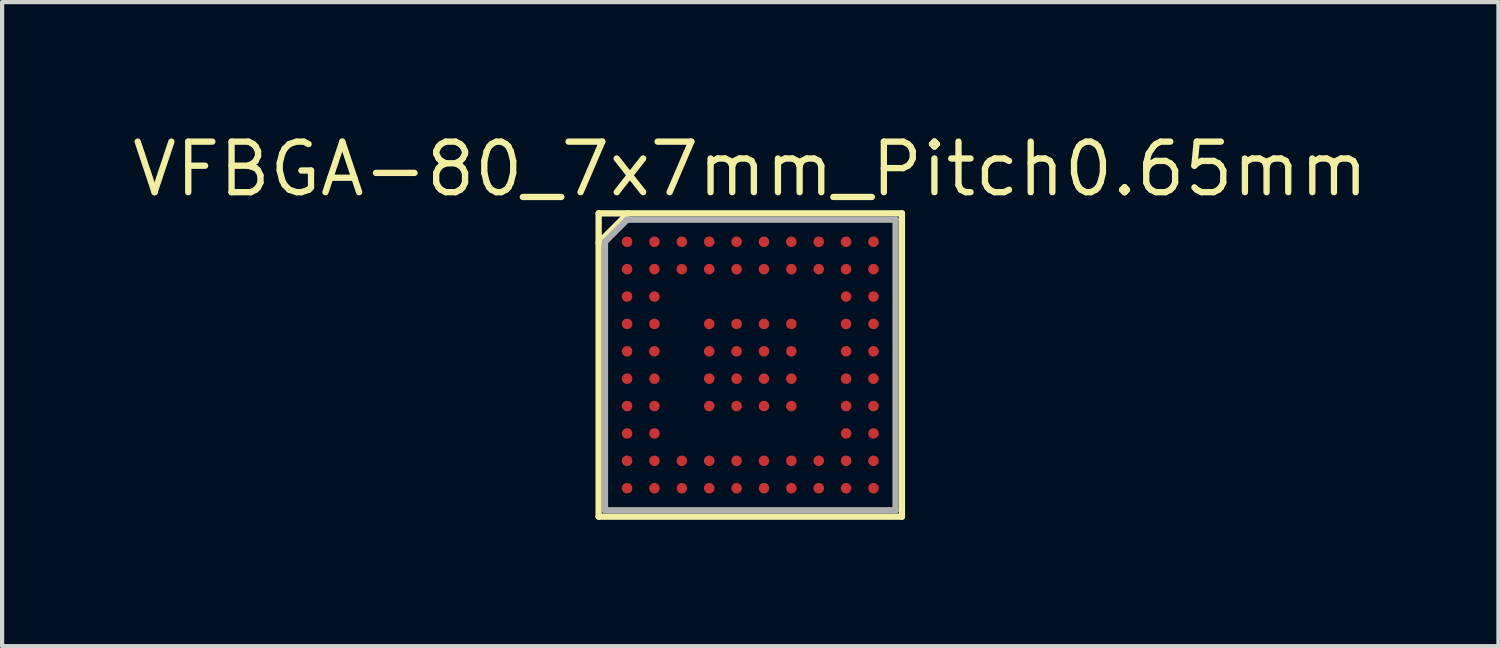
<source format=kicad_pcb>
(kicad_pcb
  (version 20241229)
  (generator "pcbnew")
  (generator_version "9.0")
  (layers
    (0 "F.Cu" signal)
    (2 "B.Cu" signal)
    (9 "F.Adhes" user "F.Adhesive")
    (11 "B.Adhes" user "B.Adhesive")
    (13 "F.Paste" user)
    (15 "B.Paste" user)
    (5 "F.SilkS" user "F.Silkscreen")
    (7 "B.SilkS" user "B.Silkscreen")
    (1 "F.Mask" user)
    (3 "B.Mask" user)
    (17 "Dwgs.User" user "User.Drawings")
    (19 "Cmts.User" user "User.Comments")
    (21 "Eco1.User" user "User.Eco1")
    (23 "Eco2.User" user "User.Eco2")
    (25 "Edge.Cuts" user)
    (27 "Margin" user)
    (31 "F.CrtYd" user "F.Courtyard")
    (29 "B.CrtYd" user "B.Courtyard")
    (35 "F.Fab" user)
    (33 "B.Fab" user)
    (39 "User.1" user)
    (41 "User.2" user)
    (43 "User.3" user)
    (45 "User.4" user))
  (footprint "VFBGA-80_7x7mm_Pitch0.65mm"
    (layer "F.Cu")
    (at 14.762 5.615)
    (property "Reference" "VFBGA-80_7x7mm_Pitch0.65mm" (at 0 -4.65 0) (layer "F.SilkS") (effects (font (size 1.2 1.2) (thickness 0.15))))
    (attr through_hole)
    (fp_line (start -3.6 -3.6) (end 3.6 -3.6) (stroke (width 0.15) (type solid)) (layer "F.SilkS"))
    (fp_line (start -3.6 3.6) (end -3.6 -3.6) (stroke (width 0.15) (type solid)) (layer "F.SilkS"))
    (fp_line (start -2.9 -3.6) (end -3.6 -2.9) (stroke (width 0.15) (type solid)) (layer "F.SilkS"))
    (fp_line (start 3.6 -3.6) (end 3.6 3.6) (stroke (width 0.15) (type solid)) (layer "F.SilkS"))
    (fp_line (start 3.6 3.6) (end -3.6 3.6) (stroke (width 0.15) (type solid)) (layer "F.SilkS"))
    (fp_line (start -3.45 -2.925) (end -3.45 3.45) (stroke (width 0.15) (type solid)) (layer "F.Fab"))
    (fp_line (start -3.45 3.45) (end 3.45 3.45) (stroke (width 0.15) (type solid)) (layer "F.Fab"))
    (fp_line (start -2.925 -3.45) (end -3.45 -2.925) (stroke (width 0.15) (type solid)) (layer "F.Fab"))
    (fp_line (start 3.45 -3.45) (end -2.925 -3.45) (stroke (width 0.15) (type solid)) (layer "F.Fab"))
    (fp_line (start 3.45 3.45) (end 3.45 -3.45) (stroke (width 0.15) (type solid)) (layer "F.Fab"))
    (pad "A1" smd circle (at -2.925 -2.925) (size 0.25 0.25) (layers "F.Cu" "F.Mask" "F.Paste"))
    (pad "A2" smd circle (at -2.275 -2.925) (size 0.25 0.25) (layers "F.Cu" "F.Mask" "F.Paste"))
    (pad "A3" smd circle (at -1.625 -2.925) (size 0.25 0.25) (layers "F.Cu" "F.Mask" "F.Paste"))
    (pad "A4" smd circle (at -0.975 -2.925) (size 0.25 0.25) (layers "F.Cu" "F.Mask" "F.Paste"))
    (pad "A5" smd circle (at -0.325 -2.925) (size 0.25 0.25) (layers "F.Cu" "F.Mask" "F.Paste"))
    (pad "A6" smd circle (at 0.325 -2.925) (size 0.25 0.25) (layers "F.Cu" "F.Mask" "F.Paste"))
    (pad "A7" smd circle (at 0.975 -2.925) (size 0.25 0.25) (layers "F.Cu" "F.Mask" "F.Paste"))
    (pad "A8" smd circle (at 1.625 -2.925) (size 0.25 0.25) (layers "F.Cu" "F.Mask" "F.Paste"))
    (pad "A9" smd circle (at 2.275 -2.925) (size 0.25 0.25) (layers "F.Cu" "F.Mask" "F.Paste"))
    (pad "A10" smd circle (at 2.925 -2.925) (size 0.25 0.25) (layers "F.Cu" "F.Mask" "F.Paste"))
    (pad "B1" smd circle (at -2.925 -2.275) (size 0.25 0.25) (layers "F.Cu" "F.Mask" "F.Paste"))
    (pad "B2" smd circle (at -2.275 -2.275) (size 0.25 0.25) (layers "F.Cu" "F.Mask" "F.Paste"))
    (pad "B3" smd circle (at -1.625 -2.275) (size 0.25 0.25) (layers "F.Cu" "F.Mask" "F.Paste"))
    (pad "B4" smd circle (at -0.975 -2.275) (size 0.25 0.25) (layers "F.Cu" "F.Mask" "F.Paste"))
    (pad "B5" smd circle (at -0.325 -2.275) (size 0.25 0.25) (layers "F.Cu" "F.Mask" "F.Paste"))
    (pad "B6" smd circle (at 0.325 -2.275) (size 0.25 0.25) (layers "F.Cu" "F.Mask" "F.Paste"))
    (pad "B7" smd circle (at 0.975 -2.275) (size 0.25 0.25) (layers "F.Cu" "F.Mask" "F.Paste"))
    (pad "B8" smd circle (at 1.625 -2.275) (size 0.25 0.25) (layers "F.Cu" "F.Mask" "F.Paste"))
    (pad "B9" smd circle (at 2.275 -2.275) (size 0.25 0.25) (layers "F.Cu" "F.Mask" "F.Paste"))
    (pad "B10" smd circle (at 2.925 -2.275) (size 0.25 0.25) (layers "F.Cu" "F.Mask" "F.Paste"))
    (pad "C1" smd circle (at -2.925 -1.625) (size 0.25 0.25) (layers "F.Cu" "F.Mask" "F.Paste"))
    (pad "C2" smd circle (at -2.275 -1.625) (size 0.25 0.25) (layers "F.Cu" "F.Mask" "F.Paste"))
    (pad "C9" smd circle (at 2.275 -1.625) (size 0.25 0.25) (layers "F.Cu" "F.Mask" "F.Paste"))
    (pad "C10" smd circle (at 2.925 -1.625) (size 0.25 0.25) (layers "F.Cu" "F.Mask" "F.Paste"))
    (pad "D1" smd circle (at -2.925 -0.975) (size 0.25 0.25) (layers "F.Cu" "F.Mask" "F.Paste"))
    (pad "D2" smd circle (at -2.275 -0.975) (size 0.25 0.25) (layers "F.Cu" "F.Mask" "F.Paste"))
    (pad "D4" smd circle (at -0.975 -0.975) (size 0.25 0.25) (layers "F.Cu" "F.Mask" "F.Paste"))
    (pad "D5" smd circle (at -0.325 -0.975) (size 0.25 0.25) (layers "F.Cu" "F.Mask" "F.Paste"))
    (pad "D6" smd circle (at 0.325 -0.975) (size 0.25 0.25) (layers "F.Cu" "F.Mask" "F.Paste"))
    (pad "D7" smd circle (at 0.975 -0.975) (size 0.25 0.25) (layers "F.Cu" "F.Mask" "F.Paste"))
    (pad "D9" smd circle (at 2.275 -0.975) (size 0.25 0.25) (layers "F.Cu" "F.Mask" "F.Paste"))
    (pad "D10" smd circle (at 2.925 -0.975) (size 0.25 0.25) (layers "F.Cu" "F.Mask" "F.Paste"))
    (pad "E1" smd circle (at -2.925 -0.325) (size 0.25 0.25) (layers "F.Cu" "F.Mask" "F.Paste"))
    (pad "E2" smd circle (at -2.275 -0.325) (size 0.25 0.25) (layers "F.Cu" "F.Mask" "F.Paste"))
    (pad "E4" smd circle (at -0.975 -0.325) (size 0.25 0.25) (layers "F.Cu" "F.Mask" "F.Paste"))
    (pad "E5" smd circle (at -0.325 -0.325) (size 0.25 0.25) (layers "F.Cu" "F.Mask" "F.Paste"))
    (pad "E6" smd circle (at 0.325 -0.325) (size 0.25 0.25) (layers "F.Cu" "F.Mask" "F.Paste"))
    (pad "E7" smd circle (at 0.975 -0.325) (size 0.25 0.25) (layers "F.Cu" "F.Mask" "F.Paste"))
    (pad "E9" smd circle (at 2.275 -0.325) (size 0.25 0.25) (layers "F.Cu" "F.Mask" "F.Paste"))
    (pad "E10" smd circle (at 2.925 -0.325) (size 0.25 0.25) (layers "F.Cu" "F.Mask" "F.Paste"))
    (pad "F1" smd circle (at -2.925 0.325) (size 0.25 0.25) (layers "F.Cu" "F.Mask" "F.Paste"))
    (pad "F2" smd circle (at -2.275 0.325) (size 0.25 0.25) (layers "F.Cu" "F.Mask" "F.Paste"))
    (pad "F4" smd circle (at -0.975 0.325) (size 0.25 0.25) (layers "F.Cu" "F.Mask" "F.Paste"))
    (pad "F5" smd circle (at -0.325 0.325) (size 0.25 0.25) (layers "F.Cu" "F.Mask" "F.Paste"))
    (pad "F6" smd circle (at 0.325 0.325) (size 0.25 0.25) (layers "F.Cu" "F.Mask" "F.Paste"))
    (pad "F7" smd circle (at 0.975 0.325) (size 0.25 0.25) (layers "F.Cu" "F.Mask" "F.Paste"))
    (pad "F9" smd circle (at 2.275 0.325) (size 0.25 0.25) (layers "F.Cu" "F.Mask" "F.Paste"))
    (pad "F10" smd circle (at 2.925 0.325) (size 0.25 0.25) (layers "F.Cu" "F.Mask" "F.Paste"))
    (pad "G1" smd circle (at -2.925 0.975) (size 0.25 0.25) (layers "F.Cu" "F.Mask" "F.Paste"))
    (pad "G2" smd circle (at -2.275 0.975) (size 0.25 0.25) (layers "F.Cu" "F.Mask" "F.Paste"))
    (pad "G4" smd circle (at -0.975 0.975) (size 0.25 0.25) (layers "F.Cu" "F.Mask" "F.Paste"))
    (pad "G5" smd circle (at -0.325 0.975) (size 0.25 0.25) (layers "F.Cu" "F.Mask" "F.Paste"))
    (pad "G6" smd circle (at 0.325 0.975) (size 0.25 0.25) (layers "F.Cu" "F.Mask" "F.Paste"))
    (pad "G7" smd circle (at 0.975 0.975) (size 0.25 0.25) (layers "F.Cu" "F.Mask" "F.Paste"))
    (pad "G9" smd circle (at 2.275 0.975) (size 0.25 0.25) (layers "F.Cu" "F.Mask" "F.Paste"))
    (pad "G10" smd circle (at 2.925 0.975) (size 0.25 0.25) (layers "F.Cu" "F.Mask" "F.Paste"))
    (pad "H1" smd circle (at -2.925 1.625) (size 0.25 0.25) (layers "F.Cu" "F.Mask" "F.Paste"))
    (pad "H2" smd circle (at -2.275 1.625) (size 0.25 0.25) (layers "F.Cu" "F.Mask" "F.Paste"))
    (pad "H9" smd circle (at 2.275 1.625) (size 0.25 0.25) (layers "F.Cu" "F.Mask" "F.Paste"))
    (pad "H10" smd circle (at 2.925 1.625) (size 0.25 0.25) (layers "F.Cu" "F.Mask" "F.Paste"))
    (pad "J1" smd circle (at -2.925 2.275) (size 0.25 0.25) (layers "F.Cu" "F.Mask" "F.Paste"))
    (pad "J2" smd circle (at -2.275 2.275) (size 0.25 0.25) (layers "F.Cu" "F.Mask" "F.Paste"))
    (pad "J3" smd circle (at -1.625 2.275) (size 0.25 0.25) (layers "F.Cu" "F.Mask" "F.Paste"))
    (pad "J4" smd circle (at -0.975 2.275) (size 0.25 0.25) (layers "F.Cu" "F.Mask" "F.Paste"))
    (pad "J5" smd circle (at -0.325 2.275) (size 0.25 0.25) (layers "F.Cu" "F.Mask" "F.Paste"))
    (pad "J6" smd circle (at 0.325 2.275) (size 0.25 0.25) (layers "F.Cu" "F.Mask" "F.Paste"))
    (pad "J7" smd circle (at 0.975 2.275) (size 0.25 0.25) (layers "F.Cu" "F.Mask" "F.Paste"))
    (pad "J8" smd circle (at 1.625 2.275) (size 0.25 0.25) (layers "F.Cu" "F.Mask" "F.Paste"))
    (pad "J9" smd circle (at 2.275 2.275) (size 0.25 0.25) (layers "F.Cu" "F.Mask" "F.Paste"))
    (pad "J10" smd circle (at 2.925 2.275) (size 0.25 0.25) (layers "F.Cu" "F.Mask" "F.Paste"))
    (pad "K1" smd circle (at -2.925 2.925) (size 0.25 0.25) (layers "F.Cu" "F.Mask" "F.Paste"))
    (pad "K2" smd circle (at -2.275 2.925) (size 0.25 0.25) (layers "F.Cu" "F.Mask" "F.Paste"))
    (pad "K3" smd circle (at -1.625 2.925) (size 0.25 0.25) (layers "F.Cu" "F.Mask" "F.Paste"))
    (pad "K4" smd circle (at -0.975 2.925) (size 0.25 0.25) (layers "F.Cu" "F.Mask" "F.Paste"))
    (pad "K5" smd circle (at -0.325 2.925) (size 0.25 0.25) (layers "F.Cu" "F.Mask" "F.Paste"))
    (pad "K6" smd circle (at 0.325 2.925) (size 0.25 0.25) (layers "F.Cu" "F.Mask" "F.Paste"))
    (pad "K7" smd circle (at 0.975 2.925) (size 0.25 0.25) (layers "F.Cu" "F.Mask" "F.Paste"))
    (pad "K8" smd circle (at 1.625 2.925) (size 0.25 0.25) (layers "F.Cu" "F.Mask" "F.Paste"))
    (pad "K9" smd circle (at 2.275 2.925) (size 0.25 0.25) (layers "F.Cu" "F.Mask" "F.Paste"))
    (pad "K10" smd circle (at 2.925 2.925) (size 0.25 0.25) (layers "F.Cu" "F.Mask" "F.Paste")))
  (gr_rect
    (start -3 -3)
    (end 32.524 12.29)
    (stroke (width 0.1) (type default))
    (fill no)
    (layer "Edge.Cuts")))
</source>
